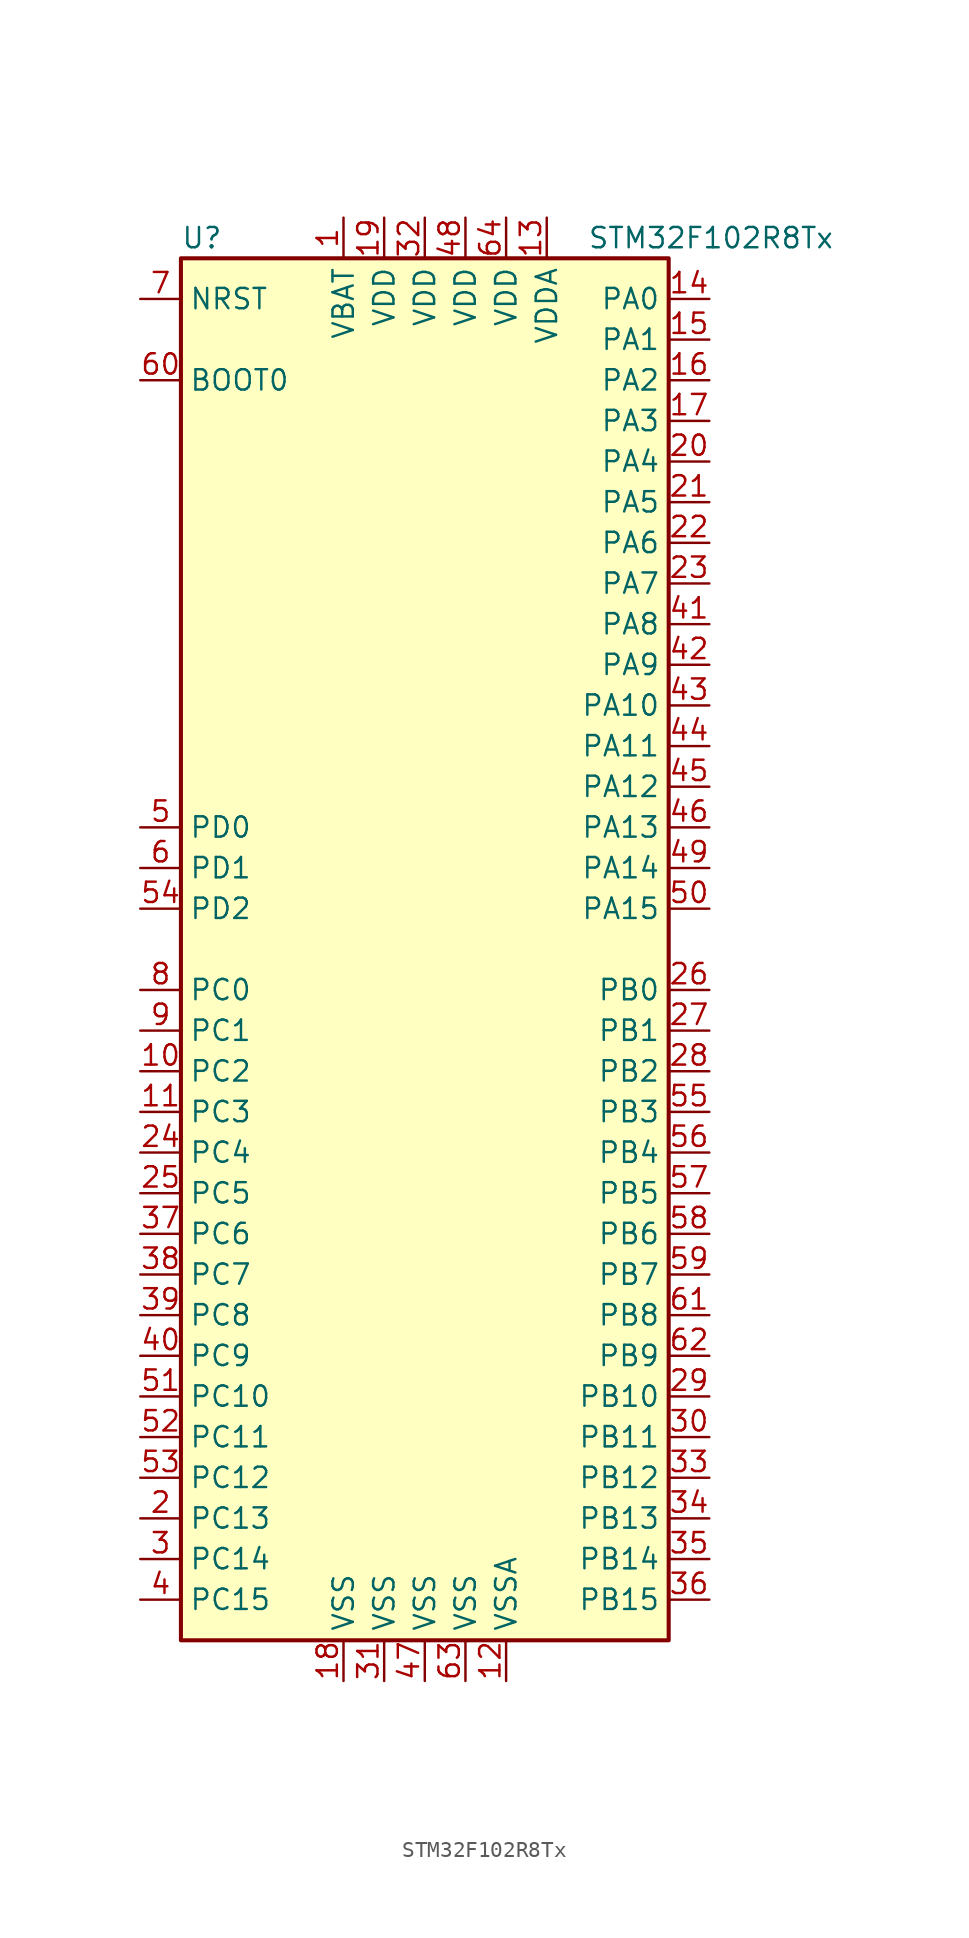
<source format=kicad_sym>
(kicad_symbol_lib
  (version 20201005)
  (generator kicad_symbol_editor)
  (symbol "MCU_ST_STM32F1:STM32F102R8Tx"
    (property "Reference" "U"
      (at -15.24 44.45 0)
      (effects (font (size 1.27 1.27)) (justify left)))
    (property "Value" "STM32F102R8Tx"
      (at 10.16 44.45 0)
      (effects (font (size 1.27 1.27)) (justify left)))
    (symbol "STM32F102R8Tx_0_1"
      (rectangle (start -15.24 -43.18) (end 15.24 43.18) (stroke (width 0.254)) (fill (type background))))
    (symbol "STM32F102R8Tx_1_1"
      (pin input line (at -17.78 35.56 0) (length 2.54) (name "BOOT0" (effects (font (size 1.27 1.27)))) (number "60" (effects (font (size 1.27 1.27)))))
      (pin input line (at -17.78 40.64 0) (length 2.54) (name "NRST" (effects (font (size 1.27 1.27)))) (number "7" (effects (font (size 1.27 1.27)))))
      (pin bidirectional line (at 17.78 40.64 180) (length 2.54) (name "PA0" (effects (font (size 1.27 1.27)))) (number "14" (effects (font (size 1.27 1.27)))))
      (pin bidirectional line (at 17.78 38.1 180) (length 2.54) (name "PA1" (effects (font (size 1.27 1.27)))) (number "15" (effects (font (size 1.27 1.27)))))
      (pin bidirectional line (at 17.78 15.24 180) (length 2.54) (name "PA10" (effects (font (size 1.27 1.27)))) (number "43" (effects (font (size 1.27 1.27)))))
      (pin bidirectional line (at 17.78 12.7 180) (length 2.54) (name "PA11" (effects (font (size 1.27 1.27)))) (number "44" (effects (font (size 1.27 1.27)))))
      (pin bidirectional line (at 17.78 10.16 180) (length 2.54) (name "PA12" (effects (font (size 1.27 1.27)))) (number "45" (effects (font (size 1.27 1.27)))))
      (pin bidirectional line (at 17.78 7.62 180) (length 2.54) (name "PA13" (effects (font (size 1.27 1.27)))) (number "46" (effects (font (size 1.27 1.27)))))
      (pin bidirectional line (at 17.78 5.08 180) (length 2.54) (name "PA14" (effects (font (size 1.27 1.27)))) (number "49" (effects (font (size 1.27 1.27)))))
      (pin bidirectional line (at 17.78 2.54 180) (length 2.54) (name "PA15" (effects (font (size 1.27 1.27)))) (number "50" (effects (font (size 1.27 1.27)))))
      (pin bidirectional line (at 17.78 35.56 180) (length 2.54) (name "PA2" (effects (font (size 1.27 1.27)))) (number "16" (effects (font (size 1.27 1.27)))))
      (pin bidirectional line (at 17.78 33.02 180) (length 2.54) (name "PA3" (effects (font (size 1.27 1.27)))) (number "17" (effects (font (size 1.27 1.27)))))
      (pin bidirectional line (at 17.78 30.48 180) (length 2.54) (name "PA4" (effects (font (size 1.27 1.27)))) (number "20" (effects (font (size 1.27 1.27)))))
      (pin bidirectional line (at 17.78 27.94 180) (length 2.54) (name "PA5" (effects (font (size 1.27 1.27)))) (number "21" (effects (font (size 1.27 1.27)))))
      (pin bidirectional line (at 17.78 25.4 180) (length 2.54) (name "PA6" (effects (font (size 1.27 1.27)))) (number "22" (effects (font (size 1.27 1.27)))))
      (pin bidirectional line (at 17.78 22.86 180) (length 2.54) (name "PA7" (effects (font (size 1.27 1.27)))) (number "23" (effects (font (size 1.27 1.27)))))
      (pin bidirectional line (at 17.78 20.32 180) (length 2.54) (name "PA8" (effects (font (size 1.27 1.27)))) (number "41" (effects (font (size 1.27 1.27)))))
      (pin bidirectional line (at 17.78 17.78 180) (length 2.54) (name "PA9" (effects (font (size 1.27 1.27)))) (number "42" (effects (font (size 1.27 1.27)))))
      (pin bidirectional line (at 17.78 -2.54 180) (length 2.54) (name "PB0" (effects (font (size 1.27 1.27)))) (number "26" (effects (font (size 1.27 1.27)))))
      (pin bidirectional line (at 17.78 -5.08 180) (length 2.54) (name "PB1" (effects (font (size 1.27 1.27)))) (number "27" (effects (font (size 1.27 1.27)))))
      (pin bidirectional line (at 17.78 -27.94 180) (length 2.54) (name "PB10" (effects (font (size 1.27 1.27)))) (number "29" (effects (font (size 1.27 1.27)))))
      (pin bidirectional line (at 17.78 -30.48 180) (length 2.54) (name "PB11" (effects (font (size 1.27 1.27)))) (number "30" (effects (font (size 1.27 1.27)))))
      (pin bidirectional line (at 17.78 -33.02 180) (length 2.54) (name "PB12" (effects (font (size 1.27 1.27)))) (number "33" (effects (font (size 1.27 1.27)))))
      (pin bidirectional line (at 17.78 -35.56 180) (length 2.54) (name "PB13" (effects (font (size 1.27 1.27)))) (number "34" (effects (font (size 1.27 1.27)))))
      (pin bidirectional line (at 17.78 -38.1 180) (length 2.54) (name "PB14" (effects (font (size 1.27 1.27)))) (number "35" (effects (font (size 1.27 1.27)))))
      (pin bidirectional line (at 17.78 -40.64 180) (length 2.54) (name "PB15" (effects (font (size 1.27 1.27)))) (number "36" (effects (font (size 1.27 1.27)))))
      (pin bidirectional line (at 17.78 -7.62 180) (length 2.54) (name "PB2" (effects (font (size 1.27 1.27)))) (number "28" (effects (font (size 1.27 1.27)))))
      (pin bidirectional line (at 17.78 -10.16 180) (length 2.54) (name "PB3" (effects (font (size 1.27 1.27)))) (number "55" (effects (font (size 1.27 1.27)))))
      (pin bidirectional line (at 17.78 -12.7 180) (length 2.54) (name "PB4" (effects (font (size 1.27 1.27)))) (number "56" (effects (font (size 1.27 1.27)))))
      (pin bidirectional line (at 17.78 -15.24 180) (length 2.54) (name "PB5" (effects (font (size 1.27 1.27)))) (number "57" (effects (font (size 1.27 1.27)))))
      (pin bidirectional line (at 17.78 -17.78 180) (length 2.54) (name "PB6" (effects (font (size 1.27 1.27)))) (number "58" (effects (font (size 1.27 1.27)))))
      (pin bidirectional line (at 17.78 -20.32 180) (length 2.54) (name "PB7" (effects (font (size 1.27 1.27)))) (number "59" (effects (font (size 1.27 1.27)))))
      (pin bidirectional line (at 17.78 -22.86 180) (length 2.54) (name "PB8" (effects (font (size 1.27 1.27)))) (number "61" (effects (font (size 1.27 1.27)))))
      (pin bidirectional line (at 17.78 -25.4 180) (length 2.54) (name "PB9" (effects (font (size 1.27 1.27)))) (number "62" (effects (font (size 1.27 1.27)))))
      (pin bidirectional line (at -17.78 -2.54 0) (length 2.54) (name "PC0" (effects (font (size 1.27 1.27)))) (number "8" (effects (font (size 1.27 1.27)))))
      (pin bidirectional line (at -17.78 -5.08 0) (length 2.54) (name "PC1" (effects (font (size 1.27 1.27)))) (number "9" (effects (font (size 1.27 1.27)))))
      (pin bidirectional line (at -17.78 -27.94 0) (length 2.54) (name "PC10" (effects (font (size 1.27 1.27)))) (number "51" (effects (font (size 1.27 1.27)))))
      (pin bidirectional line (at -17.78 -30.48 0) (length 2.54) (name "PC11" (effects (font (size 1.27 1.27)))) (number "52" (effects (font (size 1.27 1.27)))))
      (pin bidirectional line (at -17.78 -33.02 0) (length 2.54) (name "PC12" (effects (font (size 1.27 1.27)))) (number "53" (effects (font (size 1.27 1.27)))))
      (pin bidirectional line (at -17.78 -35.56 0) (length 2.54) (name "PC13" (effects (font (size 1.27 1.27)))) (number "2" (effects (font (size 1.27 1.27)))))
      (pin bidirectional line (at -17.78 -38.1 0) (length 2.54) (name "PC14" (effects (font (size 1.27 1.27)))) (number "3" (effects (font (size 1.27 1.27)))))
      (pin bidirectional line (at -17.78 -40.64 0) (length 2.54) (name "PC15" (effects (font (size 1.27 1.27)))) (number "4" (effects (font (size 1.27 1.27)))))
      (pin bidirectional line (at -17.78 -7.62 0) (length 2.54) (name "PC2" (effects (font (size 1.27 1.27)))) (number "10" (effects (font (size 1.27 1.27)))))
      (pin bidirectional line (at -17.78 -10.16 0) (length 2.54) (name "PC3" (effects (font (size 1.27 1.27)))) (number "11" (effects (font (size 1.27 1.27)))))
      (pin bidirectional line (at -17.78 -12.7 0) (length 2.54) (name "PC4" (effects (font (size 1.27 1.27)))) (number "24" (effects (font (size 1.27 1.27)))))
      (pin bidirectional line (at -17.78 -15.24 0) (length 2.54) (name "PC5" (effects (font (size 1.27 1.27)))) (number "25" (effects (font (size 1.27 1.27)))))
      (pin bidirectional line (at -17.78 -17.78 0) (length 2.54) (name "PC6" (effects (font (size 1.27 1.27)))) (number "37" (effects (font (size 1.27 1.27)))))
      (pin bidirectional line (at -17.78 -20.32 0) (length 2.54) (name "PC7" (effects (font (size 1.27 1.27)))) (number "38" (effects (font (size 1.27 1.27)))))
      (pin bidirectional line (at -17.78 -22.86 0) (length 2.54) (name "PC8" (effects (font (size 1.27 1.27)))) (number "39" (effects (font (size 1.27 1.27)))))
      (pin bidirectional line (at -17.78 -25.4 0) (length 2.54) (name "PC9" (effects (font (size 1.27 1.27)))) (number "40" (effects (font (size 1.27 1.27)))))
      (pin input line (at -17.78 7.62 0) (length 2.54) (name "PD0" (effects (font (size 1.27 1.27)))) (number "5" (effects (font (size 1.27 1.27)))))
      (pin input line (at -17.78 5.08 0) (length 2.54) (name "PD1" (effects (font (size 1.27 1.27)))) (number "6" (effects (font (size 1.27 1.27)))))
      (pin bidirectional line (at -17.78 2.54 0) (length 2.54) (name "PD2" (effects (font (size 1.27 1.27)))) (number "54" (effects (font (size 1.27 1.27)))))
      (pin power_in line (at -5.08 45.72 270) (length 2.54) (name "VBAT" (effects (font (size 1.27 1.27)))) (number "1" (effects (font (size 1.27 1.27)))))
      (pin power_in line (at -2.54 45.72 270) (length 2.54) (name "VDD" (effects (font (size 1.27 1.27)))) (number "19" (effects (font (size 1.27 1.27)))))
      (pin power_in line (at 0 45.72 270) (length 2.54) (name "VDD" (effects (font (size 1.27 1.27)))) (number "32" (effects (font (size 1.27 1.27)))))
      (pin power_in line (at 2.54 45.72 270) (length 2.54) (name "VDD" (effects (font (size 1.27 1.27)))) (number "48" (effects (font (size 1.27 1.27)))))
      (pin power_in line (at 5.08 45.72 270) (length 2.54) (name "VDD" (effects (font (size 1.27 1.27)))) (number "64" (effects (font (size 1.27 1.27)))))
      (pin power_in line (at 7.62 45.72 270) (length 2.54) (name "VDDA" (effects (font (size 1.27 1.27)))) (number "13" (effects (font (size 1.27 1.27)))))
      (pin power_in line (at -5.08 -45.72 90) (length 2.54) (name "VSS" (effects (font (size 1.27 1.27)))) (number "18" (effects (font (size 1.27 1.27)))))
      (pin power_in line (at -2.54 -45.72 90) (length 2.54) (name "VSS" (effects (font (size 1.27 1.27)))) (number "31" (effects (font (size 1.27 1.27)))))
      (pin power_in line (at 0 -45.72 90) (length 2.54) (name "VSS" (effects (font (size 1.27 1.27)))) (number "47" (effects (font (size 1.27 1.27)))))
      (pin power_in line (at 2.54 -45.72 90) (length 2.54) (name "VSS" (effects (font (size 1.27 1.27)))) (number "63" (effects (font (size 1.27 1.27)))))
      (pin power_in line (at 5.08 -45.72 90) (length 2.54) (name "VSSA" (effects (font (size 1.27 1.27)))) (number "12" (effects (font (size 1.27 1.27))))))))
</source>
